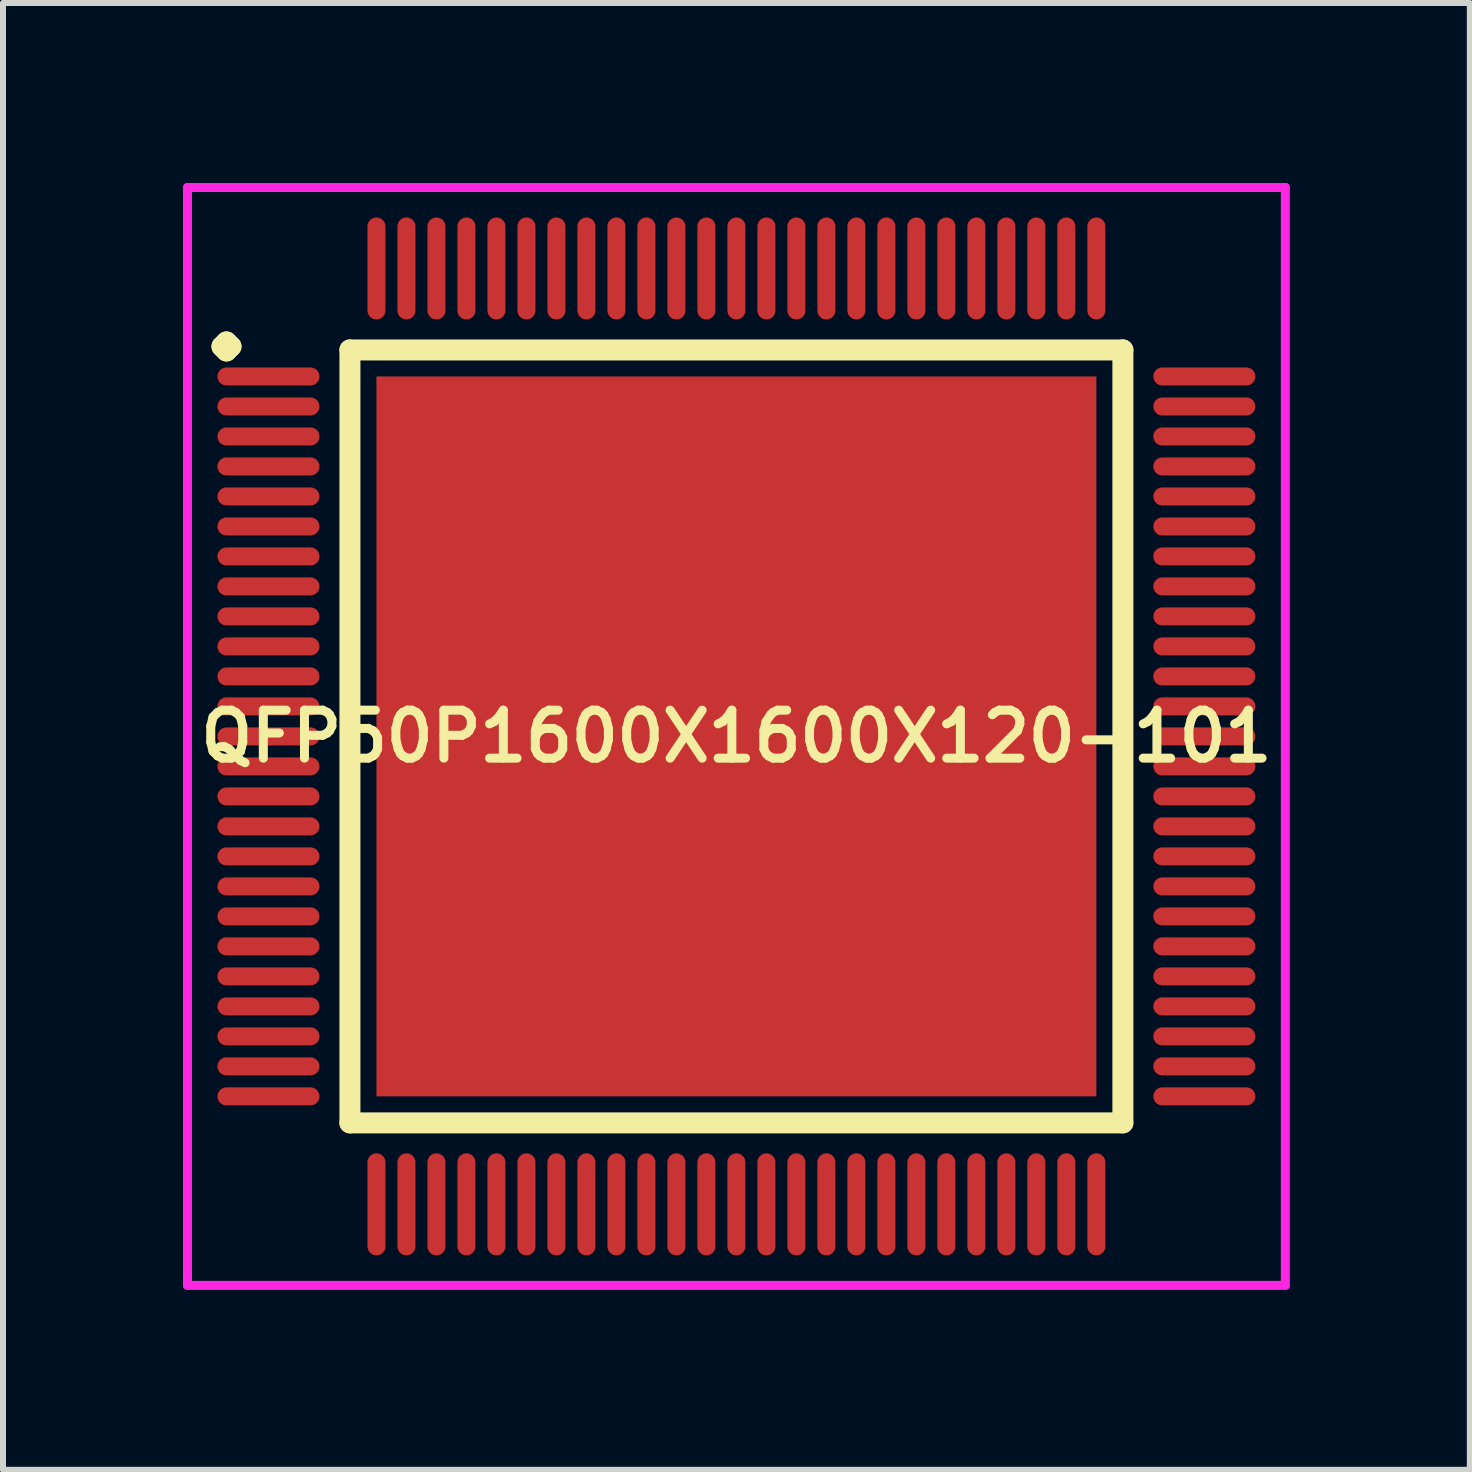
<source format=kicad_pcb>
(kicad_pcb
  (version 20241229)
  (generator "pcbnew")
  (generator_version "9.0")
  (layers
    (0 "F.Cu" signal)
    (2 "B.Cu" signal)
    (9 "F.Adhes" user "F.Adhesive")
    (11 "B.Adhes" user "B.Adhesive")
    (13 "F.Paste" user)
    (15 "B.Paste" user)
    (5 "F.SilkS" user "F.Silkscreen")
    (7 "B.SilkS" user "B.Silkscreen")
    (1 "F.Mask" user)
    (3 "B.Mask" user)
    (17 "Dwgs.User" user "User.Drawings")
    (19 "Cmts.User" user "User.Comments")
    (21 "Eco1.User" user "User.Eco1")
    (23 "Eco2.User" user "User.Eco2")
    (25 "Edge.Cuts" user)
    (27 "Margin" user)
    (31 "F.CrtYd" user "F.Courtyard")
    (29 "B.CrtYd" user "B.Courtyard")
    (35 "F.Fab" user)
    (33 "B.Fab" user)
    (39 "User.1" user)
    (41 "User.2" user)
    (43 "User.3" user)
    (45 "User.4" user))
  (footprint "QFP50P1600X1600X120-101"
    (layer "F.Cu")
    (at 9.225 9.225)
    (property "Reference" "QFP50P1600X1600X120-101" (at 0 0 0) (layer "F.SilkS") (effects (font (size 0.8 0.8) (thickness 0.15))))
    (attr through_hole)
    (fp_line (start -8.575 -6.5) (end -8.5 -6.575) (stroke (width 0.35) (type solid)) (layer "F.SilkS"))
    (fp_line (start -8.5 -6.575) (end -8.425 -6.5) (stroke (width 0.35) (type solid)) (layer "F.SilkS"))
    (fp_line (start -8.5 -6.425) (end -8.575 -6.5) (stroke (width 0.35) (type solid)) (layer "F.SilkS"))
    (fp_line (start -8.425 -6.5) (end -8.5 -6.425) (stroke (width 0.35) (type solid)) (layer "F.SilkS"))
    (fp_line (start -6.442 -6.442) (end -6.442 6.442) (stroke (width 0.35) (type solid)) (layer "F.SilkS"))
    (fp_line (start -6.442 6.442) (end 6.442 6.442) (stroke (width 0.35) (type solid)) (layer "F.SilkS"))
    (fp_line (start 6.442 -6.442) (end -6.442 -6.442) (stroke (width 0.35) (type solid)) (layer "F.SilkS"))
    (fp_line (start 6.442 6.442) (end 6.442 -6.442) (stroke (width 0.35) (type solid)) (layer "F.SilkS"))
    (fp_line (start -9.15 -9.15) (end 9.15 -9.15) (stroke (width 0.15) (type solid)) (layer "F.CrtYd"))
    (fp_line (start -9.15 9.15) (end -9.15 -9.15) (stroke (width 0.15) (type solid)) (layer "F.CrtYd"))
    (fp_line (start 9.15 -9.15) (end 9.15 9.15) (stroke (width 0.15) (type solid)) (layer "F.CrtYd"))
    (fp_line (start 9.15 9.15) (end -9.15 9.15) (stroke (width 0.15) (type solid)) (layer "F.CrtYd"))
    (pad "1" smd oval (at -7.8 -6) (size 1.7 0.3) (layers "F.Cu" "F.Mask" "F.Paste"))
    (pad "2" smd oval (at -7.8 -5.5) (size 1.7 0.3) (layers "F.Cu" "F.Mask" "F.Paste"))
    (pad "3" smd oval (at -7.8 -5) (size 1.7 0.3) (layers "F.Cu" "F.Mask" "F.Paste"))
    (pad "4" smd oval (at -7.8 -4.5) (size 1.7 0.3) (layers "F.Cu" "F.Mask" "F.Paste"))
    (pad "5" smd oval (at -7.8 -4) (size 1.7 0.3) (layers "F.Cu" "F.Mask" "F.Paste"))
    (pad "6" smd oval (at -7.8 -3.5) (size 1.7 0.3) (layers "F.Cu" "F.Mask" "F.Paste"))
    (pad "7" smd oval (at -7.8 -3) (size 1.7 0.3) (layers "F.Cu" "F.Mask" "F.Paste"))
    (pad "8" smd oval (at -7.8 -2.5) (size 1.7 0.3) (layers "F.Cu" "F.Mask" "F.Paste"))
    (pad "9" smd oval (at -7.8 -2) (size 1.7 0.3) (layers "F.Cu" "F.Mask" "F.Paste"))
    (pad "10" smd oval (at -7.8 -1.5) (size 1.7 0.3) (layers "F.Cu" "F.Mask" "F.Paste"))
    (pad "11" smd oval (at -7.8 -1) (size 1.7 0.3) (layers "F.Cu" "F.Mask" "F.Paste"))
    (pad "12" smd oval (at -7.8 -0.5) (size 1.7 0.3) (layers "F.Cu" "F.Mask" "F.Paste"))
    (pad "13" smd oval (at -7.8 0) (size 1.7 0.3) (layers "F.Cu" "F.Mask" "F.Paste"))
    (pad "14" smd oval (at -7.8 0.5) (size 1.7 0.3) (layers "F.Cu" "F.Mask" "F.Paste"))
    (pad "15" smd oval (at -7.8 1) (size 1.7 0.3) (layers "F.Cu" "F.Mask" "F.Paste"))
    (pad "16" smd oval (at -7.8 1.5) (size 1.7 0.3) (layers "F.Cu" "F.Mask" "F.Paste"))
    (pad "17" smd oval (at -7.8 2) (size 1.7 0.3) (layers "F.Cu" "F.Mask" "F.Paste"))
    (pad "18" smd oval (at -7.8 2.5) (size 1.7 0.3) (layers "F.Cu" "F.Mask" "F.Paste"))
    (pad "19" smd oval (at -7.8 3) (size 1.7 0.3) (layers "F.Cu" "F.Mask" "F.Paste"))
    (pad "20" smd oval (at -7.8 3.5) (size 1.7 0.3) (layers "F.Cu" "F.Mask" "F.Paste"))
    (pad "21" smd oval (at -7.8 4) (size 1.7 0.3) (layers "F.Cu" "F.Mask" "F.Paste"))
    (pad "22" smd oval (at -7.8 4.5) (size 1.7 0.3) (layers "F.Cu" "F.Mask" "F.Paste"))
    (pad "23" smd oval (at -7.8 5) (size 1.7 0.3) (layers "F.Cu" "F.Mask" "F.Paste"))
    (pad "24" smd oval (at -7.8 5.5) (size 1.7 0.3) (layers "F.Cu" "F.Mask" "F.Paste"))
    (pad "25" smd oval (at -7.8 6) (size 1.7 0.3) (layers "F.Cu" "F.Mask" "F.Paste"))
    (pad "26" smd oval (at -6 7.8) (size 0.3 1.7) (layers "F.Cu" "F.Mask" "F.Paste"))
    (pad "27" smd oval (at -5.5 7.8) (size 0.3 1.7) (layers "F.Cu" "F.Mask" "F.Paste"))
    (pad "28" smd oval (at -5 7.8) (size 0.3 1.7) (layers "F.Cu" "F.Mask" "F.Paste"))
    (pad "29" smd oval (at -4.5 7.8) (size 0.3 1.7) (layers "F.Cu" "F.Mask" "F.Paste"))
    (pad "30" smd oval (at -4 7.8) (size 0.3 1.7) (layers "F.Cu" "F.Mask" "F.Paste"))
    (pad "31" smd oval (at -3.5 7.8) (size 0.3 1.7) (layers "F.Cu" "F.Mask" "F.Paste"))
    (pad "32" smd oval (at -3 7.8) (size 0.3 1.7) (layers "F.Cu" "F.Mask" "F.Paste"))
    (pad "33" smd oval (at -2.5 7.8) (size 0.3 1.7) (layers "F.Cu" "F.Mask" "F.Paste"))
    (pad "34" smd oval (at -2 7.8) (size 0.3 1.7) (layers "F.Cu" "F.Mask" "F.Paste"))
    (pad "35" smd oval (at -1.5 7.8) (size 0.3 1.7) (layers "F.Cu" "F.Mask" "F.Paste"))
    (pad "36" smd oval (at -1 7.8) (size 0.3 1.7) (layers "F.Cu" "F.Mask" "F.Paste"))
    (pad "37" smd oval (at -0.5 7.8) (size 0.3 1.7) (layers "F.Cu" "F.Mask" "F.Paste"))
    (pad "38" smd oval (at 0 7.8) (size 0.3 1.7) (layers "F.Cu" "F.Mask" "F.Paste"))
    (pad "39" smd oval (at 0.5 7.8) (size 0.3 1.7) (layers "F.Cu" "F.Mask" "F.Paste"))
    (pad "40" smd oval (at 1 7.8) (size 0.3 1.7) (layers "F.Cu" "F.Mask" "F.Paste"))
    (pad "41" smd oval (at 1.5 7.8) (size 0.3 1.7) (layers "F.Cu" "F.Mask" "F.Paste"))
    (pad "42" smd oval (at 2 7.8) (size 0.3 1.7) (layers "F.Cu" "F.Mask" "F.Paste"))
    (pad "43" smd oval (at 2.5 7.8) (size 0.3 1.7) (layers "F.Cu" "F.Mask" "F.Paste"))
    (pad "44" smd oval (at 3 7.8) (size 0.3 1.7) (layers "F.Cu" "F.Mask" "F.Paste"))
    (pad "45" smd oval (at 3.5 7.8) (size 0.3 1.7) (layers "F.Cu" "F.Mask" "F.Paste"))
    (pad "46" smd oval (at 4 7.8) (size 0.3 1.7) (layers "F.Cu" "F.Mask" "F.Paste"))
    (pad "47" smd oval (at 4.5 7.8) (size 0.3 1.7) (layers "F.Cu" "F.Mask" "F.Paste"))
    (pad "48" smd oval (at 5 7.8) (size 0.3 1.7) (layers "F.Cu" "F.Mask" "F.Paste"))
    (pad "49" smd oval (at 5.5 7.8) (size 0.3 1.7) (layers "F.Cu" "F.Mask" "F.Paste"))
    (pad "50" smd oval (at 6 7.8) (size 0.3 1.7) (layers "F.Cu" "F.Mask" "F.Paste"))
    (pad "51" smd oval (at 7.8 6) (size 1.7 0.3) (layers "F.Cu" "F.Mask" "F.Paste"))
    (pad "52" smd oval (at 7.8 5.5) (size 1.7 0.3) (layers "F.Cu" "F.Mask" "F.Paste"))
    (pad "53" smd oval (at 7.8 5) (size 1.7 0.3) (layers "F.Cu" "F.Mask" "F.Paste"))
    (pad "54" smd oval (at 7.8 4.5) (size 1.7 0.3) (layers "F.Cu" "F.Mask" "F.Paste"))
    (pad "55" smd oval (at 7.8 4) (size 1.7 0.3) (layers "F.Cu" "F.Mask" "F.Paste"))
    (pad "56" smd oval (at 7.8 3.5) (size 1.7 0.3) (layers "F.Cu" "F.Mask" "F.Paste"))
    (pad "57" smd oval (at 7.8 3) (size 1.7 0.3) (layers "F.Cu" "F.Mask" "F.Paste"))
    (pad "58" smd oval (at 7.8 2.5) (size 1.7 0.3) (layers "F.Cu" "F.Mask" "F.Paste"))
    (pad "59" smd oval (at 7.8 2) (size 1.7 0.3) (layers "F.Cu" "F.Mask" "F.Paste"))
    (pad "60" smd oval (at 7.8 1.5) (size 1.7 0.3) (layers "F.Cu" "F.Mask" "F.Paste"))
    (pad "61" smd oval (at 7.8 1) (size 1.7 0.3) (layers "F.Cu" "F.Mask" "F.Paste"))
    (pad "62" smd oval (at 7.8 0.5) (size 1.7 0.3) (layers "F.Cu" "F.Mask" "F.Paste"))
    (pad "63" smd oval (at 7.8 0) (size 1.7 0.3) (layers "F.Cu" "F.Mask" "F.Paste"))
    (pad "64" smd oval (at 7.8 -0.5) (size 1.7 0.3) (layers "F.Cu" "F.Mask" "F.Paste"))
    (pad "65" smd oval (at 7.8 -1) (size 1.7 0.3) (layers "F.Cu" "F.Mask" "F.Paste"))
    (pad "66" smd oval (at 7.8 -1.5) (size 1.7 0.3) (layers "F.Cu" "F.Mask" "F.Paste"))
    (pad "67" smd oval (at 7.8 -2) (size 1.7 0.3) (layers "F.Cu" "F.Mask" "F.Paste"))
    (pad "68" smd oval (at 7.8 -2.5) (size 1.7 0.3) (layers "F.Cu" "F.Mask" "F.Paste"))
    (pad "69" smd oval (at 7.8 -3) (size 1.7 0.3) (layers "F.Cu" "F.Mask" "F.Paste"))
    (pad "70" smd oval (at 7.8 -3.5) (size 1.7 0.3) (layers "F.Cu" "F.Mask" "F.Paste"))
    (pad "71" smd oval (at 7.8 -4) (size 1.7 0.3) (layers "F.Cu" "F.Mask" "F.Paste"))
    (pad "72" smd oval (at 7.8 -4.5) (size 1.7 0.3) (layers "F.Cu" "F.Mask" "F.Paste"))
    (pad "73" smd oval (at 7.8 -5) (size 1.7 0.3) (layers "F.Cu" "F.Mask" "F.Paste"))
    (pad "74" smd oval (at 7.8 -5.5) (size 1.7 0.3) (layers "F.Cu" "F.Mask" "F.Paste"))
    (pad "75" smd oval (at 7.8 -6) (size 1.7 0.3) (layers "F.Cu" "F.Mask" "F.Paste"))
    (pad "76" smd oval (at 6 -7.8) (size 0.3 1.7) (layers "F.Cu" "F.Mask" "F.Paste"))
    (pad "77" smd oval (at 5.5 -7.8) (size 0.3 1.7) (layers "F.Cu" "F.Mask" "F.Paste"))
    (pad "78" smd oval (at 5 -7.8) (size 0.3 1.7) (layers "F.Cu" "F.Mask" "F.Paste"))
    (pad "79" smd oval (at 4.5 -7.8) (size 0.3 1.7) (layers "F.Cu" "F.Mask" "F.Paste"))
    (pad "80" smd oval (at 4 -7.8) (size 0.3 1.7) (layers "F.Cu" "F.Mask" "F.Paste"))
    (pad "81" smd oval (at 3.5 -7.8) (size 0.3 1.7) (layers "F.Cu" "F.Mask" "F.Paste"))
    (pad "82" smd oval (at 3 -7.8) (size 0.3 1.7) (layers "F.Cu" "F.Mask" "F.Paste"))
    (pad "83" smd oval (at 2.5 -7.8) (size 0.3 1.7) (layers "F.Cu" "F.Mask" "F.Paste"))
    (pad "84" smd oval (at 2 -7.8) (size 0.3 1.7) (layers "F.Cu" "F.Mask" "F.Paste"))
    (pad "85" smd oval (at 1.5 -7.8) (size 0.3 1.7) (layers "F.Cu" "F.Mask" "F.Paste"))
    (pad "86" smd oval (at 1 -7.8) (size 0.3 1.7) (layers "F.Cu" "F.Mask" "F.Paste"))
    (pad "87" smd oval (at 0.5 -7.8) (size 0.3 1.7) (layers "F.Cu" "F.Mask" "F.Paste"))
    (pad "88" smd oval (at 0 -7.8) (size 0.3 1.7) (layers "F.Cu" "F.Mask" "F.Paste"))
    (pad "89" smd oval (at -0.5 -7.8) (size 0.3 1.7) (layers "F.Cu" "F.Mask" "F.Paste"))
    (pad "90" smd oval (at -1 -7.8) (size 0.3 1.7) (layers "F.Cu" "F.Mask" "F.Paste"))
    (pad "91" smd oval (at -1.5 -7.8) (size 0.3 1.7) (layers "F.Cu" "F.Mask" "F.Paste"))
    (pad "92" smd oval (at -2 -7.8) (size 0.3 1.7) (layers "F.Cu" "F.Mask" "F.Paste"))
    (pad "93" smd oval (at -2.5 -7.8) (size 0.3 1.7) (layers "F.Cu" "F.Mask" "F.Paste"))
    (pad "94" smd oval (at -3 -7.8) (size 0.3 1.7) (layers "F.Cu" "F.Mask" "F.Paste"))
    (pad "95" smd oval (at -3.5 -7.8) (size 0.3 1.7) (layers "F.Cu" "F.Mask" "F.Paste"))
    (pad "96" smd oval (at -4 -7.8) (size 0.3 1.7) (layers "F.Cu" "F.Mask" "F.Paste"))
    (pad "97" smd oval (at -4.5 -7.8) (size 0.3 1.7) (layers "F.Cu" "F.Mask" "F.Paste"))
    (pad "98" smd oval (at -5 -7.8) (size 0.3 1.7) (layers "F.Cu" "F.Mask" "F.Paste"))
    (pad "99" smd oval (at -5.5 -7.8) (size 0.3 1.7) (layers "F.Cu" "F.Mask" "F.Paste"))
    (pad "100" smd oval (at -6 -7.8) (size 0.3 1.7) (layers "F.Cu" "F.Mask" "F.Paste"))
    (pad "101" smd rect (at 0 0) (size 12 12) (layers "F.Cu" "F.Mask" "F.Paste")))
  (gr_rect
    (start -3 -3)
    (end 21.45 21.45)
    (stroke (width 0.1) (type default))
    (fill no)
    (layer "Edge.Cuts")))
</source>
